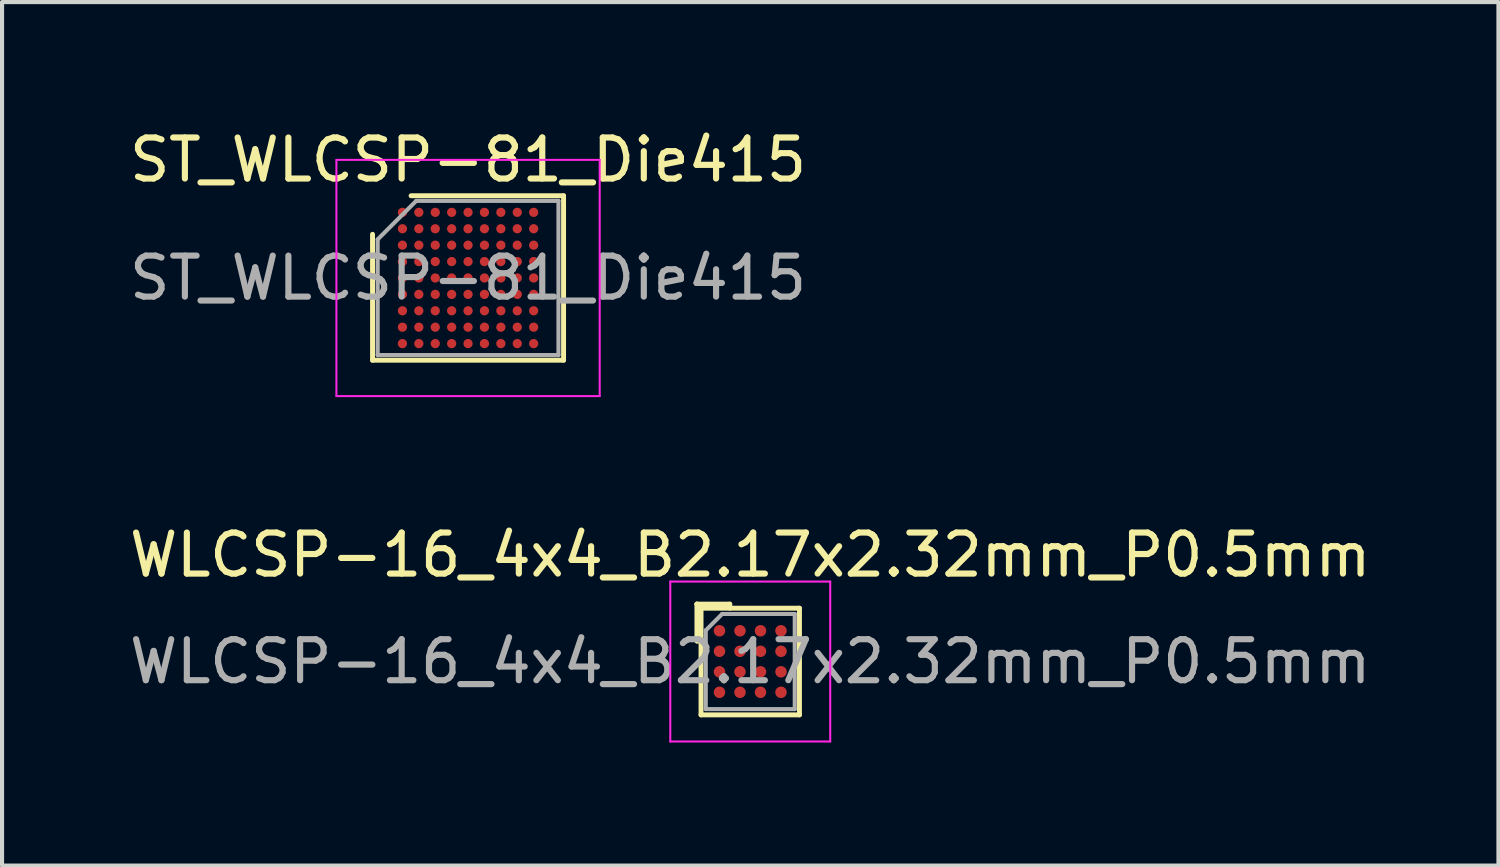
<source format=kicad_pcb>
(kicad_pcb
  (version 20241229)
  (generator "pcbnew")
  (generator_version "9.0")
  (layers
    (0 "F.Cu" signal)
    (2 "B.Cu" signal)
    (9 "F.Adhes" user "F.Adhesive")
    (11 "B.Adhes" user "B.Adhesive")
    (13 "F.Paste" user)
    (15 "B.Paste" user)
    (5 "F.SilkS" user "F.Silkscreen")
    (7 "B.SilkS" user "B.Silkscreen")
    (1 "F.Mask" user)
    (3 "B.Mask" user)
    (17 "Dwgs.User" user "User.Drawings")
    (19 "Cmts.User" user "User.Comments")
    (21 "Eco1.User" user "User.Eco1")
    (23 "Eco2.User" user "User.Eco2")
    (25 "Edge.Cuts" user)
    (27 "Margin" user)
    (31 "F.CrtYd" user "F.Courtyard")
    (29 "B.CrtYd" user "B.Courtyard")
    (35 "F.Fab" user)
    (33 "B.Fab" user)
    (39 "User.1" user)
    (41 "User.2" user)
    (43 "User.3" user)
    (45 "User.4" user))
  (footprint "WLCSP-16_4x4_B2.17x2.32mm_P0.5mm"
    (layer "F.Cu")
    (at 15.244 13.081)
    (property "Reference" "WLCSP-16_4x4_B2.17x2.32mm_P0.5mm" (at 0 -2.6 0) (layer "F.SilkS") (effects (font (size 1 1) (thickness 0.15))))
    (attr smd)
    (fp_line (start -1.3 -1.4) (end -1.3 -0.5) (stroke (width 0.12) (type solid)) (layer "F.SilkS"))
    (fp_line (start -1.3 -0.5) (end -1.2 -0.5) (stroke (width 0.12) (type solid)) (layer "F.SilkS"))
    (fp_line (start -1.2 -1.3) (end -1.3 -1.4) (stroke (width 0.12) (type solid)) (layer "F.SilkS"))
    (fp_line (start -1.2 -1.3) (end 1.2 -1.3) (stroke (width 0.12) (type solid)) (layer "F.SilkS"))
    (fp_line (start -1.2 1.3) (end -1.2 -1.3) (stroke (width 0.12) (type solid)) (layer "F.SilkS"))
    (fp_line (start -0.5 -1.4) (end -1.3 -1.4) (stroke (width 0.12) (type solid)) (layer "F.SilkS"))
    (fp_line (start -0.5 -1.3) (end -0.5 -1.4) (stroke (width 0.12) (type solid)) (layer "F.SilkS"))
    (fp_line (start 1.2 -1.3) (end 1.2 1.3) (stroke (width 0.12) (type solid)) (layer "F.SilkS"))
    (fp_line (start 1.2 1.3) (end -1.2 1.3) (stroke (width 0.12) (type solid)) (layer "F.SilkS"))
    (fp_line (start -1.95 -1.95) (end -1.95 1.95) (stroke (width 0.05) (type solid)) (layer "F.CrtYd"))
    (fp_line (start -1.95 -1.95) (end 1.95 -1.95) (stroke (width 0.05) (type solid)) (layer "F.CrtYd"))
    (fp_line (start 1.95 1.95) (end -1.95 1.95) (stroke (width 0.05) (type solid)) (layer "F.CrtYd"))
    (fp_line (start 1.95 1.95) (end 1.95 -1.95) (stroke (width 0.05) (type solid)) (layer "F.CrtYd"))
    (fp_line (start -1.085 -0.76) (end -0.685 -1.16) (stroke (width 0.1) (type solid)) (layer "F.Fab"))
    (fp_line (start -1.085 1.16) (end -1.085 -0.76) (stroke (width 0.1) (type solid)) (layer "F.Fab"))
    (fp_line (start -0.685 -1.16) (end 1.085 -1.16) (stroke (width 0.1) (type solid)) (layer "F.Fab"))
    (fp_line (start 1.085 -1.16) (end 1.085 1.16) (stroke (width 0.1) (type solid)) (layer "F.Fab"))
    (fp_line (start 1.085 1.16) (end -1.085 1.16) (stroke (width 0.1) (type solid)) (layer "F.Fab"))
    (fp_text user "${REFERENCE}" (at 0 0 0) (layer "F.Fab") (effects (font (size 1 1) (thickness 0.15))))
    (pad "A1" smd circle (at -0.75 -0.75) (size 0.28 0.28) (layers "F.Cu" "F.Mask" "F.Paste"))
    (pad "A2" smd circle (at -0.25 -0.75) (size 0.28 0.28) (layers "F.Cu" "F.Mask" "F.Paste"))
    (pad "A3" smd circle (at 0.25 -0.75) (size 0.28 0.28) (layers "F.Cu" "F.Mask" "F.Paste"))
    (pad "A4" smd circle (at 0.75 -0.75) (size 0.28 0.28) (layers "F.Cu" "F.Mask" "F.Paste"))
    (pad "B1" smd circle (at -0.75 -0.25) (size 0.28 0.28) (layers "F.Cu" "F.Mask" "F.Paste"))
    (pad "B2" smd circle (at -0.25 -0.25) (size 0.28 0.28) (layers "F.Cu" "F.Mask" "F.Paste"))
    (pad "B3" smd circle (at 0.25 -0.25) (size 0.28 0.28) (layers "F.Cu" "F.Mask" "F.Paste"))
    (pad "B4" smd circle (at 0.75 -0.25) (size 0.28 0.28) (layers "F.Cu" "F.Mask" "F.Paste"))
    (pad "C1" smd circle (at -0.75 0.25) (size 0.28 0.28) (layers "F.Cu" "F.Mask" "F.Paste"))
    (pad "C2" smd circle (at -0.25 0.25) (size 0.28 0.28) (layers "F.Cu" "F.Mask" "F.Paste"))
    (pad "C3" smd circle (at 0.25 0.25) (size 0.28 0.28) (layers "F.Cu" "F.Mask" "F.Paste"))
    (pad "C4" smd circle (at 0.75 0.25) (size 0.28 0.28) (layers "F.Cu" "F.Mask" "F.Paste"))
    (pad "D1" smd circle (at -0.75 0.75) (size 0.28 0.28) (layers "F.Cu" "F.Mask" "F.Paste"))
    (pad "D2" smd circle (at -0.25 0.75) (size 0.28 0.28) (layers "F.Cu" "F.Mask" "F.Paste"))
    (pad "D3" smd circle (at 0.25 0.75) (size 0.28 0.28) (layers "F.Cu" "F.Mask" "F.Paste"))
    (pad "D4" smd circle (at 0.75 0.75) (size 0.28 0.28) (layers "F.Cu" "F.Mask" "F.Paste")))
  (footprint "ST_WLCSP-81_Die415"
    (layer "F.Cu")
    (at 8.363 3.728)
    (property "Reference" "ST_WLCSP-81_Die415" (at 0 -2.88 0) (layer "F.SilkS") (effects (font (size 1 1) (thickness 0.15))))
    (attr smd)
    (fp_line (start -2.329 2.005) (end -2.329 -1.065) (stroke (width 0.12) (type solid)) (layer "F.SilkS"))
    (fp_line (start -1.389 -2.005) (end 2.329 -2.005) (stroke (width 0.12) (type solid)) (layer "F.SilkS"))
    (fp_line (start 2.329 -2.005) (end 2.329 2.005) (stroke (width 0.12) (type solid)) (layer "F.SilkS"))
    (fp_line (start 2.329 2.005) (end -2.329 2.005) (stroke (width 0.12) (type solid)) (layer "F.SilkS"))
    (fp_line (start -3.21 -2.88) (end -3.21 2.88) (stroke (width 0.05) (type solid)) (layer "F.CrtYd"))
    (fp_line (start -3.21 2.88) (end 3.21 2.88) (stroke (width 0.05) (type solid)) (layer "F.CrtYd"))
    (fp_line (start 3.21 -2.88) (end -3.21 -2.88) (stroke (width 0.05) (type solid)) (layer "F.CrtYd"))
    (fp_line (start 3.21 2.88) (end 3.21 -2.88) (stroke (width 0.05) (type solid)) (layer "F.CrtYd"))
    (fp_line (start -2.204 -0.94) (end -1.264 -1.88) (stroke (width 0.1) (type solid)) (layer "F.Fab"))
    (fp_line (start -2.204 1.88) (end -2.204 -0.94) (stroke (width 0.1) (type solid)) (layer "F.Fab"))
    (fp_line (start -1.264 -1.88) (end 2.204 -1.88) (stroke (width 0.1) (type solid)) (layer "F.Fab"))
    (fp_line (start 2.204 -1.88) (end 2.204 1.88) (stroke (width 0.1) (type solid)) (layer "F.Fab"))
    (fp_line (start 2.204 1.88) (end -2.204 1.88) (stroke (width 0.1) (type solid)) (layer "F.Fab"))
    (fp_text user "${REFERENCE}" (at 0 0 0) (layer "F.Fab") (effects (font (size 1 1) (thickness 0.15))))
    (pad "A1" smd circle (at -1.6 -1.6) (size 0.225 0.225) (layers "F.Cu" "F.Mask" "F.Paste"))
    (pad "A2" smd circle (at -1.2 -1.6) (size 0.225 0.225) (layers "F.Cu" "F.Mask" "F.Paste"))
    (pad "A3" smd circle (at -0.8 -1.6) (size 0.225 0.225) (layers "F.Cu" "F.Mask" "F.Paste"))
    (pad "A4" smd circle (at -0.4 -1.6) (size 0.225 0.225) (layers "F.Cu" "F.Mask" "F.Paste"))
    (pad "A5" smd circle (at 0 -1.6) (size 0.225 0.225) (layers "F.Cu" "F.Mask" "F.Paste"))
    (pad "A6" smd circle (at 0.4 -1.6) (size 0.225 0.225) (layers "F.Cu" "F.Mask" "F.Paste"))
    (pad "A7" smd circle (at 0.8 -1.6) (size 0.225 0.225) (layers "F.Cu" "F.Mask" "F.Paste"))
    (pad "A8" smd circle (at 1.2 -1.6) (size 0.225 0.225) (layers "F.Cu" "F.Mask" "F.Paste"))
    (pad "A9" smd circle (at 1.6 -1.6) (size 0.225 0.225) (layers "F.Cu" "F.Mask" "F.Paste"))
    (pad "B1" smd circle (at -1.6 -1.2) (size 0.225 0.225) (layers "F.Cu" "F.Mask" "F.Paste"))
    (pad "B2" smd circle (at -1.2 -1.2) (size 0.225 0.225) (layers "F.Cu" "F.Mask" "F.Paste"))
    (pad "B3" smd circle (at -0.8 -1.2) (size 0.225 0.225) (layers "F.Cu" "F.Mask" "F.Paste"))
    (pad "B4" smd circle (at -0.4 -1.2) (size 0.225 0.225) (layers "F.Cu" "F.Mask" "F.Paste"))
    (pad "B5" smd circle (at 0 -1.2) (size 0.225 0.225) (layers "F.Cu" "F.Mask" "F.Paste"))
    (pad "B6" smd circle (at 0.4 -1.2) (size 0.225 0.225) (layers "F.Cu" "F.Mask" "F.Paste"))
    (pad "B7" smd circle (at 0.8 -1.2) (size 0.225 0.225) (layers "F.Cu" "F.Mask" "F.Paste"))
    (pad "B8" smd circle (at 1.2 -1.2) (size 0.225 0.225) (layers "F.Cu" "F.Mask" "F.Paste"))
    (pad "B9" smd circle (at 1.6 -1.2) (size 0.225 0.225) (layers "F.Cu" "F.Mask" "F.Paste"))
    (pad "C1" smd circle (at -1.6 -0.8) (size 0.225 0.225) (layers "F.Cu" "F.Mask" "F.Paste"))
    (pad "C2" smd circle (at -1.2 -0.8) (size 0.225 0.225) (layers "F.Cu" "F.Mask" "F.Paste"))
    (pad "C3" smd circle (at -0.8 -0.8) (size 0.225 0.225) (layers "F.Cu" "F.Mask" "F.Paste"))
    (pad "C4" smd circle (at -0.4 -0.8) (size 0.225 0.225) (layers "F.Cu" "F.Mask" "F.Paste"))
    (pad "C5" smd circle (at 0 -0.8) (size 0.225 0.225) (layers "F.Cu" "F.Mask" "F.Paste"))
    (pad "C6" smd circle (at 0.4 -0.8) (size 0.225 0.225) (layers "F.Cu" "F.Mask" "F.Paste"))
    (pad "C7" smd circle (at 0.8 -0.8) (size 0.225 0.225) (layers "F.Cu" "F.Mask" "F.Paste"))
    (pad "C8" smd circle (at 1.2 -0.8) (size 0.225 0.225) (layers "F.Cu" "F.Mask" "F.Paste"))
    (pad "C9" smd circle (at 1.6 -0.8) (size 0.225 0.225) (layers "F.Cu" "F.Mask" "F.Paste"))
    (pad "D1" smd circle (at -1.6 -0.4) (size 0.225 0.225) (layers "F.Cu" "F.Mask" "F.Paste"))
    (pad "D2" smd circle (at -1.2 -0.4) (size 0.225 0.225) (layers "F.Cu" "F.Mask" "F.Paste"))
    (pad "D3" smd circle (at -0.8 -0.4) (size 0.225 0.225) (layers "F.Cu" "F.Mask" "F.Paste"))
    (pad "D4" smd circle (at -0.4 -0.4) (size 0.225 0.225) (layers "F.Cu" "F.Mask" "F.Paste"))
    (pad "D5" smd circle (at 0 -0.4) (size 0.225 0.225) (layers "F.Cu" "F.Mask" "F.Paste"))
    (pad "D6" smd circle (at 0.4 -0.4) (size 0.225 0.225) (layers "F.Cu" "F.Mask" "F.Paste"))
    (pad "D7" smd circle (at 0.8 -0.4) (size 0.225 0.225) (layers "F.Cu" "F.Mask" "F.Paste"))
    (pad "D8" smd circle (at 1.2 -0.4) (size 0.225 0.225) (layers "F.Cu" "F.Mask" "F.Paste"))
    (pad "D9" smd circle (at 1.6 -0.4) (size 0.225 0.225) (layers "F.Cu" "F.Mask" "F.Paste"))
    (pad "E1" smd circle (at -1.6 0) (size 0.225 0.225) (layers "F.Cu" "F.Mask" "F.Paste"))
    (pad "E2" smd circle (at -1.2 0) (size 0.225 0.225) (layers "F.Cu" "F.Mask" "F.Paste"))
    (pad "E3" smd circle (at -0.8 0) (size 0.225 0.225) (layers "F.Cu" "F.Mask" "F.Paste"))
    (pad "E4" smd circle (at -0.4 0) (size 0.225 0.225) (layers "F.Cu" "F.Mask" "F.Paste"))
    (pad "E5" smd circle (at 0 0) (size 0.225 0.225) (layers "F.Cu" "F.Mask" "F.Paste"))
    (pad "E6" smd circle (at 0.4 0) (size 0.225 0.225) (layers "F.Cu" "F.Mask" "F.Paste"))
    (pad "E7" smd circle (at 0.8 0) (size 0.225 0.225) (layers "F.Cu" "F.Mask" "F.Paste"))
    (pad "E8" smd circle (at 1.2 0) (size 0.225 0.225) (layers "F.Cu" "F.Mask" "F.Paste"))
    (pad "E9" smd circle (at 1.6 0) (size 0.225 0.225) (layers "F.Cu" "F.Mask" "F.Paste"))
    (pad "F1" smd circle (at -1.6 0.4) (size 0.225 0.225) (layers "F.Cu" "F.Mask" "F.Paste"))
    (pad "F2" smd circle (at -1.2 0.4) (size 0.225 0.225) (layers "F.Cu" "F.Mask" "F.Paste"))
    (pad "F3" smd circle (at -0.8 0.4) (size 0.225 0.225) (layers "F.Cu" "F.Mask" "F.Paste"))
    (pad "F4" smd circle (at -0.4 0.4) (size 0.225 0.225) (layers "F.Cu" "F.Mask" "F.Paste"))
    (pad "F5" smd circle (at 0 0.4) (size 0.225 0.225) (layers "F.Cu" "F.Mask" "F.Paste"))
    (pad "F6" smd circle (at 0.4 0.4) (size 0.225 0.225) (layers "F.Cu" "F.Mask" "F.Paste"))
    (pad "F7" smd circle (at 0.8 0.4) (size 0.225 0.225) (layers "F.Cu" "F.Mask" "F.Paste"))
    (pad "F8" smd circle (at 1.2 0.4) (size 0.225 0.225) (layers "F.Cu" "F.Mask" "F.Paste"))
    (pad "F9" smd circle (at 1.6 0.4) (size 0.225 0.225) (layers "F.Cu" "F.Mask" "F.Paste"))
    (pad "G1" smd circle (at -1.6 0.8) (size 0.225 0.225) (layers "F.Cu" "F.Mask" "F.Paste"))
    (pad "G2" smd circle (at -1.2 0.8) (size 0.225 0.225) (layers "F.Cu" "F.Mask" "F.Paste"))
    (pad "G3" smd circle (at -0.8 0.8) (size 0.225 0.225) (layers "F.Cu" "F.Mask" "F.Paste"))
    (pad "G4" smd circle (at -0.4 0.8) (size 0.225 0.225) (layers "F.Cu" "F.Mask" "F.Paste"))
    (pad "G5" smd circle (at 0 0.8) (size 0.225 0.225) (layers "F.Cu" "F.Mask" "F.Paste"))
    (pad "G6" smd circle (at 0.4 0.8) (size 0.225 0.225) (layers "F.Cu" "F.Mask" "F.Paste"))
    (pad "G7" smd circle (at 0.8 0.8) (size 0.225 0.225) (layers "F.Cu" "F.Mask" "F.Paste"))
    (pad "G8" smd circle (at 1.2 0.8) (size 0.225 0.225) (layers "F.Cu" "F.Mask" "F.Paste"))
    (pad "G9" smd circle (at 1.6 0.8) (size 0.225 0.225) (layers "F.Cu" "F.Mask" "F.Paste"))
    (pad "H1" smd circle (at -1.6 1.2) (size 0.225 0.225) (layers "F.Cu" "F.Mask" "F.Paste"))
    (pad "H2" smd circle (at -1.2 1.2) (size 0.225 0.225) (layers "F.Cu" "F.Mask" "F.Paste"))
    (pad "H3" smd circle (at -0.8 1.2) (size 0.225 0.225) (layers "F.Cu" "F.Mask" "F.Paste"))
    (pad "H4" smd circle (at -0.4 1.2) (size 0.225 0.225) (layers "F.Cu" "F.Mask" "F.Paste"))
    (pad "H5" smd circle (at 0 1.2) (size 0.225 0.225) (layers "F.Cu" "F.Mask" "F.Paste"))
    (pad "H6" smd circle (at 0.4 1.2) (size 0.225 0.225) (layers "F.Cu" "F.Mask" "F.Paste"))
    (pad "H7" smd circle (at 0.8 1.2) (size 0.225 0.225) (layers "F.Cu" "F.Mask" "F.Paste"))
    (pad "H8" smd circle (at 1.2 1.2) (size 0.225 0.225) (layers "F.Cu" "F.Mask" "F.Paste"))
    (pad "H9" smd circle (at 1.6 1.2) (size 0.225 0.225) (layers "F.Cu" "F.Mask" "F.Paste"))
    (pad "J1" smd circle (at -1.6 1.6) (size 0.225 0.225) (layers "F.Cu" "F.Mask" "F.Paste"))
    (pad "J2" smd circle (at -1.2 1.6) (size 0.225 0.225) (layers "F.Cu" "F.Mask" "F.Paste"))
    (pad "J3" smd circle (at -0.8 1.6) (size 0.225 0.225) (layers "F.Cu" "F.Mask" "F.Paste"))
    (pad "J4" smd circle (at -0.4 1.6) (size 0.225 0.225) (layers "F.Cu" "F.Mask" "F.Paste"))
    (pad "J5" smd circle (at 0 1.6) (size 0.225 0.225) (layers "F.Cu" "F.Mask" "F.Paste"))
    (pad "J6" smd circle (at 0.4 1.6) (size 0.225 0.225) (layers "F.Cu" "F.Mask" "F.Paste"))
    (pad "J7" smd circle (at 0.8 1.6) (size 0.225 0.225) (layers "F.Cu" "F.Mask" "F.Paste"))
    (pad "J8" smd circle (at 1.2 1.6) (size 0.225 0.225) (layers "F.Cu" "F.Mask" "F.Paste"))
    (pad "J9" smd circle (at 1.6 1.6) (size 0.225 0.225) (layers "F.Cu" "F.Mask" "F.Paste")))
  (gr_rect
    (start -3 -3)
    (end 33.488 18.056)
    (stroke (width 0.1) (type default))
    (fill no)
    (layer "Edge.Cuts")))
</source>
